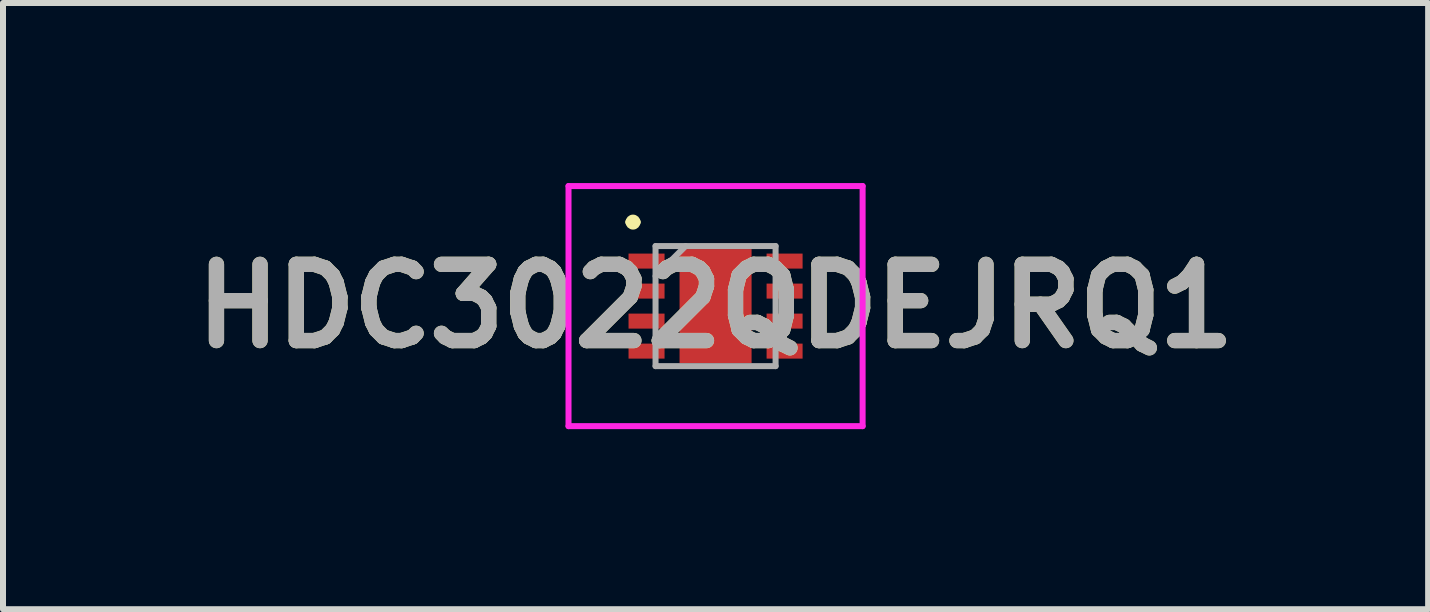
<source format=kicad_pcb>
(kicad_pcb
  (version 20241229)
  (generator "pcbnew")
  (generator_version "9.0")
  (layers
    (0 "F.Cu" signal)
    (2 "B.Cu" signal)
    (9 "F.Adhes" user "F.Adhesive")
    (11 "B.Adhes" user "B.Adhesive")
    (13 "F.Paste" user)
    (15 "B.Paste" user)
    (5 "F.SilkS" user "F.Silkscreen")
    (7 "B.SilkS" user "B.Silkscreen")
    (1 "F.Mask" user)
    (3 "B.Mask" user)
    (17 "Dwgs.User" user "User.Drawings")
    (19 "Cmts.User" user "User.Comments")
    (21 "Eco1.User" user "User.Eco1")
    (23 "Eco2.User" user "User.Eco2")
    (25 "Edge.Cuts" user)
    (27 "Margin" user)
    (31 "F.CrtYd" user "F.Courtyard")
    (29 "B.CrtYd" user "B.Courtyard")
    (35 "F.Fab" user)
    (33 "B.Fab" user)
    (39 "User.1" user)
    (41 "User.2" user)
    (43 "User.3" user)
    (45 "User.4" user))
  (footprint "HDC3022QDEJRQ1"
    (layer "F.Cu")
    (at 8.872 2.05)
    (property "Reference" "HDC3022QDEJRQ1" (at 0 0 0) (layer "F.SilkS") (effects (font (size 1.27 1.27) (thickness 0.254))))
    (attr smd)
    (fp_line (start -1.438 -1.4) (end -1.438 -1.4) (stroke (width 0.125) (type solid)) (layer "F.SilkS"))
    (fp_line (start -1.313 -1.4) (end -1.313 -1.4) (stroke (width 0.125) (type solid)) (layer "F.SilkS"))
    (fp_arc (start -1.438 -1.399) (mid -1.376 -1.462) (end -1.313 -1.4) (stroke (width 0.125) (type solid)) (layer "F.SilkS"))
    (fp_arc (start -1.313 -1.399) (mid -1.376 -1.337) (end -1.438 -1.4) (stroke (width 0.125) (type solid)) (layer "F.SilkS"))
    (fp_line (start -2.45 -2) (end 2.45 -2) (stroke (width 0.1) (type solid)) (layer "F.CrtYd"))
    (fp_line (start -2.45 2) (end -2.45 -2) (stroke (width 0.1) (type solid)) (layer "F.CrtYd"))
    (fp_line (start 2.45 -2) (end 2.45 2) (stroke (width 0.1) (type solid)) (layer "F.CrtYd"))
    (fp_line (start 2.45 2) (end -2.45 2) (stroke (width 0.1) (type solid)) (layer "F.CrtYd"))
    (fp_line (start -1 -1) (end 1 -1) (stroke (width 0.1) (type solid)) (layer "F.Fab"))
    (fp_line (start -1 -0.5) (end -0.5 -1) (stroke (width 0.1) (type solid)) (layer "F.Fab"))
    (fp_line (start -1 1) (end -1 -1) (stroke (width 0.1) (type solid)) (layer "F.Fab"))
    (fp_line (start 1 -1) (end 1 1) (stroke (width 0.1) (type solid)) (layer "F.Fab"))
    (fp_line (start 1 1) (end -1 1) (stroke (width 0.1) (type solid)) (layer "F.Fab"))
    (fp_text user "${REFERENCE}" (at 0 0 0) (layer "F.Fab") (effects (font (size 1.27 1.27) (thickness 0.254))))
    (pad "1" smd rect (at -1.15 -0.75 90) (size 0.25 0.6) (layers "F.Cu" "F.Mask" "F.Paste"))
    (pad "2" smd rect (at -1.15 -0.25 90) (size 0.25 0.6) (layers "F.Cu" "F.Mask" "F.Paste"))
    (pad "3" smd rect (at -1.15 0.25 90) (size 0.25 0.6) (layers "F.Cu" "F.Mask" "F.Paste"))
    (pad "4" smd rect (at -1.15 0.75 90) (size 0.25 0.6) (layers "F.Cu" "F.Mask" "F.Paste"))
    (pad "5" smd rect (at 1.15 0.75 90) (size 0.25 0.6) (layers "F.Cu" "F.Mask" "F.Paste"))
    (pad "6" smd rect (at 1.15 0.25 90) (size 0.25 0.6) (layers "F.Cu" "F.Mask" "F.Paste"))
    (pad "7" smd rect (at 1.15 -0.25 90) (size 0.25 0.6) (layers "F.Cu" "F.Mask" "F.Paste"))
    (pad "8" smd rect (at 1.15 -0.75 90) (size 0.25 0.6) (layers "F.Cu" "F.Mask" "F.Paste"))
    (pad "9" smd rect (at 0 0) (size 1.2 1.9) (layers "F.Cu" "F.Mask" "F.Paste")))
  (gr_rect
    (start -3 -3)
    (end 20.744 7.1)
    (stroke (width 0.1) (type default))
    (fill no)
    (layer "Edge.Cuts")))
</source>
